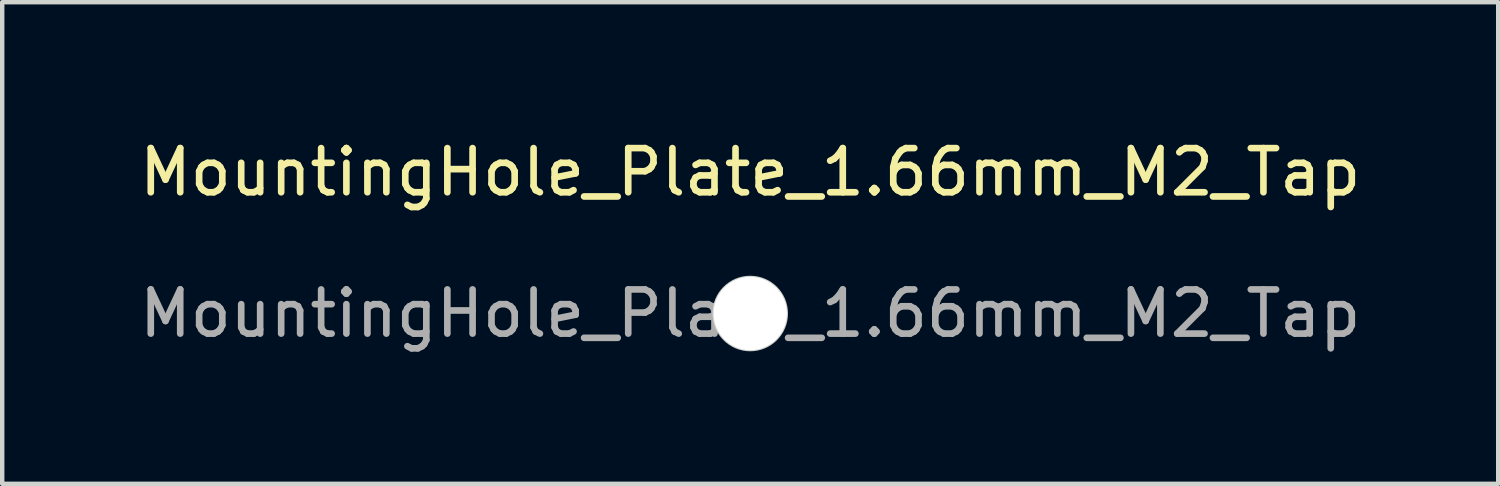
<source format=kicad_pcb>
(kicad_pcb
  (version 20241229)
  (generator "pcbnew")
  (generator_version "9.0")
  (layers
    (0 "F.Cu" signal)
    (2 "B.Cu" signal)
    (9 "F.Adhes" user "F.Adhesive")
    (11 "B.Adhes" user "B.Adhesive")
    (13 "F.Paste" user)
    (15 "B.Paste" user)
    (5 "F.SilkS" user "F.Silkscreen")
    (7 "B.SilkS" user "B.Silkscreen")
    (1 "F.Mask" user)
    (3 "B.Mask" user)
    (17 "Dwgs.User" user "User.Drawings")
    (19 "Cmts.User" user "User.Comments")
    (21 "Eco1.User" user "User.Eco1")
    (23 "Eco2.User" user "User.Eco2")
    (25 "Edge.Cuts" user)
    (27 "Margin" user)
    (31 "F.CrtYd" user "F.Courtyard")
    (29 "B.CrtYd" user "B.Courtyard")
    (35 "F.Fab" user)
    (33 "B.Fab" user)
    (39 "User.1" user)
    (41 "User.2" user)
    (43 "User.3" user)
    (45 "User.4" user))
  (footprint "MountingHole_Plate_1.66mm_M2_Tap"
    (layer "F.Cu")
    (at 13.935 4.048)
    (property "Reference" "MountingHole_Plate_1.66mm_M2_Tap" (at 0 -3.2 0) (layer "F.SilkS") (effects (font (size 1 1) (thickness 0.15))))
    (attr exclude_from_pos_files exclude_from_bom allow_missing_courtyard)
    (fp_circle (center 0 0) (end 0.83 0) (stroke (width 0.05) (type solid)) (fill no) (layer "Edge.Cuts"))
    (fp_text user "${REFERENCE}" (at 0 0 0) (layer "F.Fab") (effects (font (size 1 1) (thickness 0.15))))
    (pad "" np_thru_hole circle (at 0 0) (size 1.66 1.66) (drill 1.66) (layers "*.Cu" "*.Mask")))
  (gr_rect
    (start -3 -3)
    (end 30.869 7.903)
    (stroke (width 0.1) (type default))
    (fill no)
    (layer "Edge.Cuts")))
</source>
